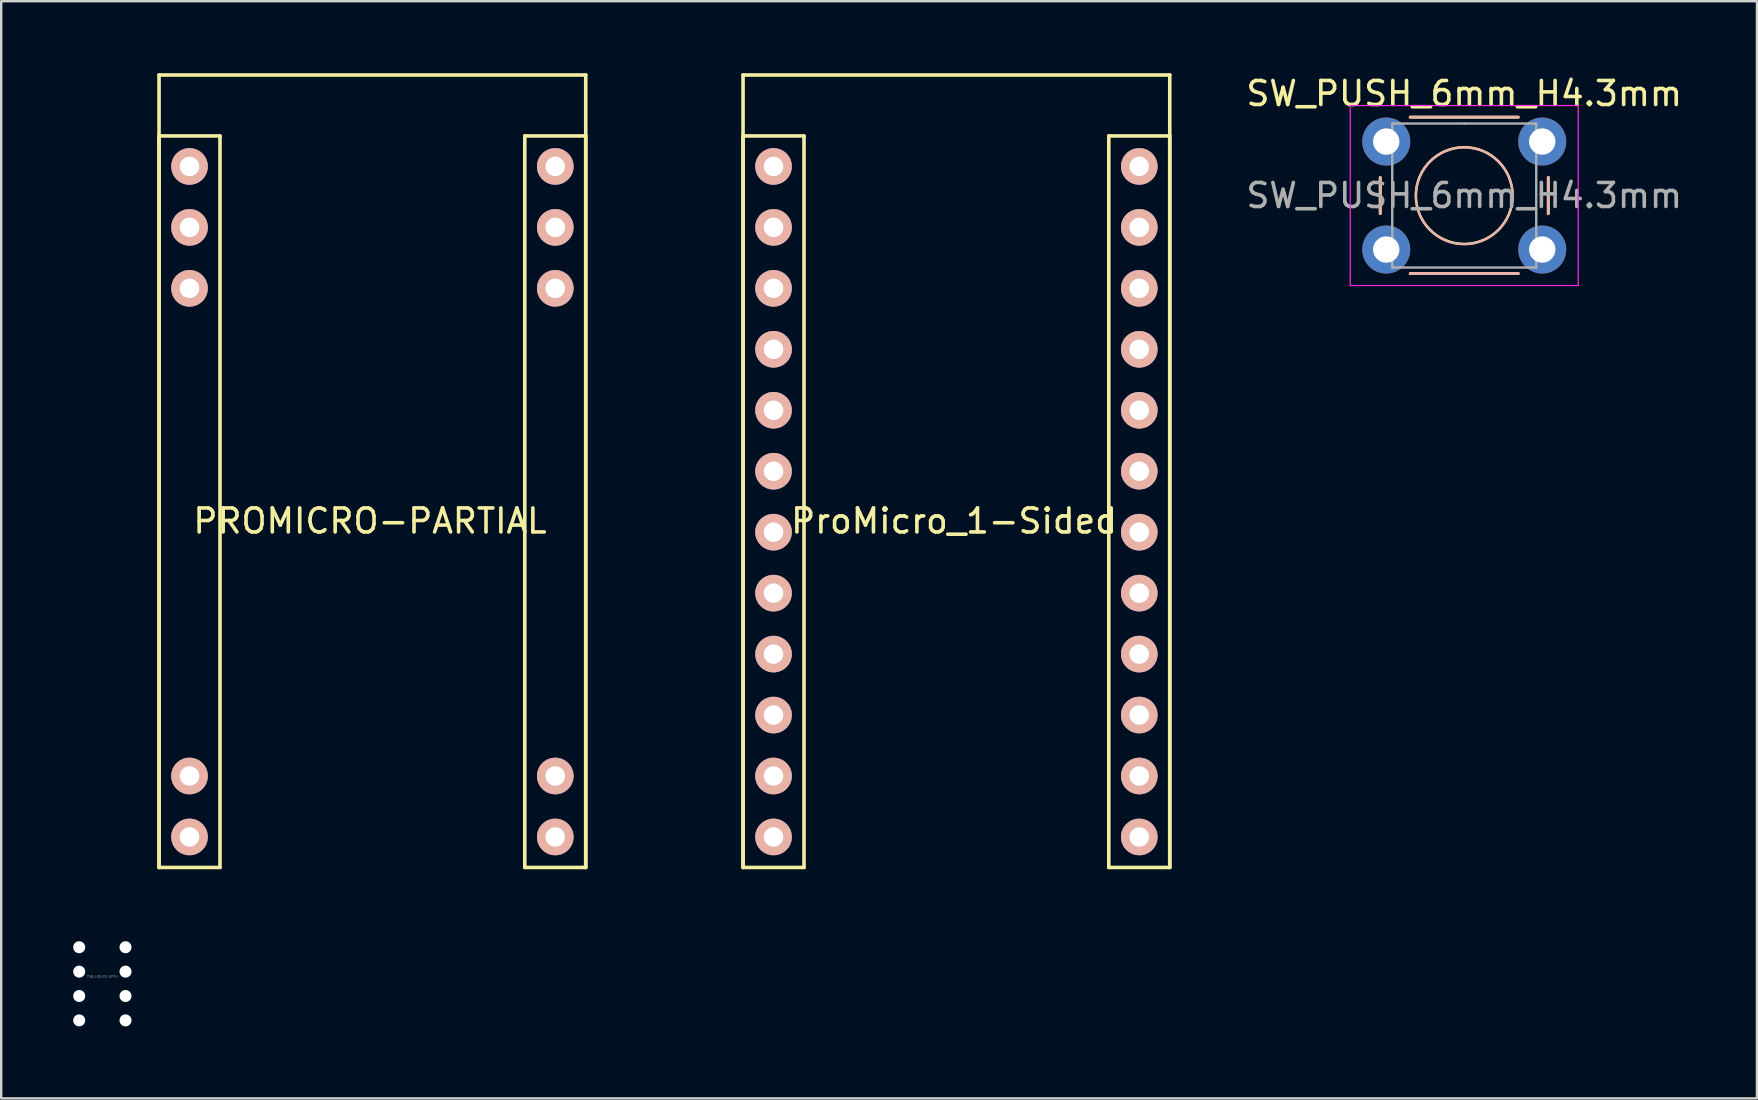
<source format=kicad_pcb>
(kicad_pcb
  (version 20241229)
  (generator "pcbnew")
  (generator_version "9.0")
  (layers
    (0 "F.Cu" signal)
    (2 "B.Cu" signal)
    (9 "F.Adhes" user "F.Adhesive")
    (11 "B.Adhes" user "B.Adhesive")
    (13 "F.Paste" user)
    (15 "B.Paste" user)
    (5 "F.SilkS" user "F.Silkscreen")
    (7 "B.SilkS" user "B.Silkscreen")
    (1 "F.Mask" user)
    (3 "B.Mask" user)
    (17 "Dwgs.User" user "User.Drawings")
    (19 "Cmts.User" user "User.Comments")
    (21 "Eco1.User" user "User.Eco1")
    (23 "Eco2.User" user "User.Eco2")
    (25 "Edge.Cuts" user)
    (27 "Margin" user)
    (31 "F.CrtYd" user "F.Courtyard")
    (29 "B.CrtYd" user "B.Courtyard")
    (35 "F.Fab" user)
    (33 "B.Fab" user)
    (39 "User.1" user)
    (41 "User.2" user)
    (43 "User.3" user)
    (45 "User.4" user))
  (footprint "TAB_HOLES_NPTH"
    (layer "F.Cu")
    (at 1.215 37.944)
    (property "Reference" "TAB_HOLES_NPTH" (at 0 -0.305 0) (layer "F.Fab") (effects (font (size 0.1 0.1) (thickness 0.01))))
    (attr through_hole)
    (pad "" np_thru_hole circle (at -0.965 -1.524) (size 0.5 0.5) (drill 0.5) (layers "*.Cu" "*.Mask"))
    (pad "" np_thru_hole circle (at -0.965 -0.508) (size 0.5 0.5) (drill 0.5) (layers "*.Cu" "*.Mask"))
    (pad "" np_thru_hole circle (at -0.965 0.508) (size 0.5 0.5) (drill 0.5) (layers "*.Cu" "*.Mask"))
    (pad "" np_thru_hole circle (at -0.965 1.524) (size 0.5 0.5) (drill 0.5) (layers "*.Cu" "*.Mask"))
    (pad "" np_thru_hole circle (at 0.965 -1.524) (size 0.5 0.5) (drill 0.5) (layers "*.Cu" "*.Mask"))
    (pad "" np_thru_hole circle (at 0.965 -0.508) (size 0.5 0.5) (drill 0.5) (layers "*.Cu" "*.Mask"))
    (pad "" np_thru_hole circle (at 0.965 0.508) (size 0.5 0.5) (drill 0.5) (layers "*.Cu" "*.Mask"))
    (pad "" np_thru_hole circle (at 0.965 1.524) (size 0.5 0.5) (drill 0.5) (layers "*.Cu" "*.Mask")))
  (footprint "ProMicro_1-Sided"
    (layer "F.Cu")
    (at 36.802 17.855)
    (property "Reference" "ProMicro_1-Sided" (at -0.099 0.804 0) (layer "F.SilkS") (effects (font (size 1 1) (thickness 0.15))))
    (attr through_hole)
    (fp_line (start -8.89 -17.78) (end -8.89 15.24) (stroke (width 0.15) (type solid)) (layer "F.SilkS"))
    (fp_line (start -8.89 -15.24) (end -8.89 15.24) (stroke (width 0.15) (type solid)) (layer "F.SilkS"))
    (fp_line (start -8.89 15.24) (end -6.35 15.24) (stroke (width 0.15) (type solid)) (layer "F.SilkS"))
    (fp_line (start -6.35 -15.24) (end -8.89 -15.24) (stroke (width 0.15) (type solid)) (layer "F.SilkS"))
    (fp_line (start -6.35 15.24) (end -6.35 -15.24) (stroke (width 0.15) (type solid)) (layer "F.SilkS"))
    (fp_line (start 6.35 -15.24) (end 6.35 15.24) (stroke (width 0.15) (type solid)) (layer "F.SilkS"))
    (fp_line (start 6.35 15.24) (end 8.89 15.24) (stroke (width 0.15) (type solid)) (layer "F.SilkS"))
    (fp_line (start 8.89 -17.78) (end -8.89 -17.78) (stroke (width 0.15) (type solid)) (layer "F.SilkS"))
    (fp_line (start 8.89 -15.24) (end 6.35 -15.24) (stroke (width 0.15) (type solid)) (layer "F.SilkS"))
    (fp_line (start 8.89 15.24) (end 8.89 -17.78) (stroke (width 0.15) (type solid)) (layer "F.SilkS"))
    (fp_line (start 8.89 15.24) (end 8.89 -15.24) (stroke (width 0.15) (type solid)) (layer "F.SilkS"))
    (pad "1" thru_hole circle (at 7.62 -13.97 180) (size 1.524 1.524) (drill 0.813) (layers "*.Cu" "*.Mask" "B.SilkS"))
    (pad "2" thru_hole circle (at 7.62 -11.43 180) (size 1.524 1.524) (drill 0.813) (layers "*.Cu" "*.Mask" "B.SilkS"))
    (pad "3" thru_hole circle (at 7.62 -8.89 180) (size 1.524 1.524) (drill 0.813) (layers "*.Cu" "*.Mask" "B.SilkS"))
    (pad "4" thru_hole circle (at 7.62 -6.35 180) (size 1.524 1.524) (drill 0.813) (layers "*.Cu" "*.Mask" "B.SilkS"))
    (pad "5" thru_hole circle (at 7.62 -3.81 180) (size 1.524 1.524) (drill 0.813) (layers "*.Cu" "*.Mask" "B.SilkS"))
    (pad "6" thru_hole circle (at 7.62 -1.27 180) (size 1.524 1.524) (drill 0.813) (layers "*.Cu" "*.Mask" "B.SilkS"))
    (pad "7" thru_hole circle (at 7.62 1.27 180) (size 1.524 1.524) (drill 0.813) (layers "*.Cu" "*.Mask" "B.SilkS"))
    (pad "8" thru_hole circle (at 7.62 3.81 180) (size 1.524 1.524) (drill 0.813) (layers "*.Cu" "*.Mask" "B.SilkS"))
    (pad "9" thru_hole circle (at 7.62 6.35 180) (size 1.524 1.524) (drill 0.813) (layers "*.Cu" "*.Mask" "B.SilkS"))
    (pad "10" thru_hole circle (at 7.62 8.89 180) (size 1.524 1.524) (drill 0.813) (layers "*.Cu" "*.Mask" "B.SilkS"))
    (pad "11" thru_hole circle (at 7.62 11.43 180) (size 1.524 1.524) (drill 0.813) (layers "*.Cu" "*.Mask" "B.SilkS"))
    (pad "12" thru_hole circle (at 7.62 13.97 180) (size 1.524 1.524) (drill 0.813) (layers "*.Cu" "*.Mask" "B.SilkS"))
    (pad "13" thru_hole circle (at -7.62 13.97 180) (size 1.524 1.524) (drill 0.813) (layers "*.Cu" "*.Mask" "B.SilkS"))
    (pad "14" thru_hole circle (at -7.62 11.43 180) (size 1.524 1.524) (drill 0.813) (layers "*.Cu" "*.Mask" "B.SilkS"))
    (pad "15.1" thru_hole circle (at -7.62 8.89 180) (size 1.524 1.524) (drill 0.813) (layers "*.Cu" "*.Mask" "B.SilkS"))
    (pad "16" thru_hole circle (at -7.62 6.35 180) (size 1.524 1.524) (drill 0.813) (layers "*.Cu" "*.Mask" "B.SilkS"))
    (pad "17" thru_hole circle (at -7.62 3.81 180) (size 1.524 1.524) (drill 0.813) (layers "*.Cu" "*.Mask" "B.SilkS"))
    (pad "18" thru_hole circle (at -7.62 1.27 180) (size 1.524 1.524) (drill 0.813) (layers "*.Cu" "*.Mask" "B.SilkS"))
    (pad "19" thru_hole circle (at -7.62 -1.27 180) (size 1.524 1.524) (drill 0.813) (layers "*.Cu" "*.Mask" "B.SilkS"))
    (pad "20" thru_hole circle (at -7.62 -3.81 180) (size 1.524 1.524) (drill 0.813) (layers "*.Cu" "*.Mask" "B.SilkS"))
    (pad "21" thru_hole circle (at -7.62 -6.35 180) (size 1.524 1.524) (drill 0.813) (layers "*.Cu" "*.Mask" "B.SilkS"))
    (pad "22" thru_hole circle (at -7.62 -8.89 180) (size 1.524 1.524) (drill 0.813) (layers "*.Cu" "*.Mask" "B.SilkS"))
    (pad "23" thru_hole circle (at -7.62 -11.43 180) (size 1.524 1.524) (drill 0.813) (layers "*.Cu" "*.Mask" "B.SilkS"))
    (pad "24" thru_hole circle (at -7.62 -13.97 180) (size 1.524 1.524) (drill 0.813) (layers "*.Cu" "*.Mask" "B.SilkS")))
  (footprint "PROMICRO-PARTIAL"
    (layer "F.Cu")
    (at 12.368 17.459)
    (property "Reference" "PROMICRO-PARTIAL" (at 0 1.2 0) (layer "F.SilkS") (effects (font (size 1 1) (thickness 0.15))))
    (attr through_hole)
    (fp_line (start -8.791 -17.384) (end -8.791 15.636) (stroke (width 0.15) (type solid)) (layer "F.SilkS"))
    (fp_line (start -8.791 -14.844) (end -8.791 15.636) (stroke (width 0.15) (type solid)) (layer "F.SilkS"))
    (fp_line (start -8.791 15.636) (end -6.251 15.636) (stroke (width 0.15) (type solid)) (layer "F.SilkS"))
    (fp_line (start -6.251 -14.844) (end -8.791 -14.844) (stroke (width 0.15) (type solid)) (layer "F.SilkS"))
    (fp_line (start -6.251 15.636) (end -6.251 -14.844) (stroke (width 0.15) (type solid)) (layer "F.SilkS"))
    (fp_line (start 6.449 -14.844) (end 6.449 15.636) (stroke (width 0.15) (type solid)) (layer "F.SilkS"))
    (fp_line (start 6.449 15.636) (end 8.989 15.636) (stroke (width 0.15) (type solid)) (layer "F.SilkS"))
    (fp_line (start 8.989 -17.384) (end -8.791 -17.384) (stroke (width 0.15) (type solid)) (layer "F.SilkS"))
    (fp_line (start 8.989 -14.844) (end 6.449 -14.844) (stroke (width 0.15) (type solid)) (layer "F.SilkS"))
    (fp_line (start 8.989 15.636) (end 8.989 -17.384) (stroke (width 0.15) (type solid)) (layer "F.SilkS"))
    (fp_line (start 8.989 15.636) (end 8.989 -14.844) (stroke (width 0.15) (type solid)) (layer "F.SilkS"))
    (fp_text user "D16" (at 10.516 11.836 0) (layer "Eco1.User") (effects (font (size 1 1) (thickness 0.15))))
    (fp_text user "RST" (at 10.617 -8.28 0) (layer "Eco1.User") (effects (font (size 1 1) (thickness 0.15))))
    (fp_text user "GND" (at 10.82 -10.973 0) (layer "Eco1.User") (effects (font (size 1 1) (thickness 0.15))))
    (fp_text user "TX0" (at -10.516 -13.614 0) (layer "Eco1.User") (effects (font (size 1 1) (thickness 0.15))))
    (fp_text user "D10" (at 10.516 14.376 0) (layer "Eco1.User") (effects (font (size 1 1) (thickness 0.15))))
    (fp_text user "GND" (at -10.719 -8.585 0) (layer "Eco1.User") (effects (font (size 1 1) (thickness 0.15))))
    (fp_text user "D8" (at -10.109 11.887 0) (layer "Eco1.User") (effects (font (size 1 1) (thickness 0.15))))
    (fp_text user "RAW" (at 10.82 -13.564 0) (layer "Eco1.User") (effects (font (size 1 1) (thickness 0.15))))
    (fp_text user "TX1" (at -10.465 -11.074 0) (layer "Eco1.User") (effects (font (size 1 1) (thickness 0.15))))
    (fp_text user "D9" (at -10.211 14.427 0) (layer "Eco1.User") (effects (font (size 1 1) (thickness 0.15))))
    (pad "1" thru_hole circle (at -7.521 -13.574 180) (size 1.524 1.524) (drill 0.813) (layers "*.Cu" "*.Mask" "B.SilkS"))
    (pad "2" thru_hole circle (at -7.521 -11.034 180) (size 1.524 1.524) (drill 0.813) (layers "*.Cu" "*.Mask" "B.SilkS"))
    (pad "3" thru_hole circle (at -7.521 -8.494 180) (size 1.524 1.524) (drill 0.813) (layers "*.Cu" "*.Mask" "B.SilkS"))
    (pad "4" thru_hole circle (at -7.521 11.826 180) (size 1.524 1.524) (drill 0.813) (layers "*.Cu" "*.Mask" "B.SilkS"))
    (pad "5" thru_hole circle (at -7.521 14.366 180) (size 1.524 1.524) (drill 0.813) (layers "*.Cu" "*.Mask" "B.SilkS"))
    (pad "6" thru_hole circle (at 7.719 -13.574 180) (size 1.524 1.524) (drill 0.813) (layers "*.Cu" "*.Mask" "B.SilkS"))
    (pad "7" thru_hole circle (at 7.719 -11.034 180) (size 1.524 1.524) (drill 0.813) (layers "*.Cu" "*.Mask" "B.SilkS"))
    (pad "8" thru_hole circle (at 7.719 -8.494 180) (size 1.524 1.524) (drill 0.813) (layers "*.Cu" "*.Mask" "B.SilkS"))
    (pad "9" thru_hole circle (at 7.719 11.826 180) (size 1.524 1.524) (drill 0.813) (layers "*.Cu" "*.Mask" "B.SilkS"))
    (pad "10" thru_hole circle (at 7.719 14.366 180) (size 1.524 1.524) (drill 0.813) (layers "*.Cu" "*.Mask" "B.SilkS")))
  (footprint "SW_PUSH_6mm_H4.3mm"
    (layer "F.Cu")
    (at 54.713 2.848)
    (property "Reference" "SW_PUSH_6mm_H4.3mm" (at 3.25 -2 0) (layer "F.SilkS") (effects (font (size 1 1) (thickness 0.15))))
    (attr through_hole)
    (fp_line (start -0.25 1.5) (end -0.25 3) (stroke (width 0.12) (type solid)) (layer "F.SilkS"))
    (fp_line (start 1 5.5) (end 5.5 5.5) (stroke (width 0.12) (type solid)) (layer "F.SilkS"))
    (fp_line (start 5.5 -1.016) (end 1 -1.016) (stroke (width 0.12) (type solid)) (layer "F.SilkS"))
    (fp_line (start 6.75 3) (end 6.75 1.5) (stroke (width 0.12) (type solid)) (layer "F.SilkS"))
    (fp_circle (center 3.25 2.25) (end 5.266 2.25) (stroke (width 0.1) (type solid)) (fill no) (layer "F.SilkS"))
    (fp_line (start -0.25 1.5) (end -0.25 3) (stroke (width 0.12) (type solid)) (layer "B.SilkS"))
    (fp_line (start 1 5.5) (end 5.5 5.5) (stroke (width 0.12) (type solid)) (layer "B.SilkS"))
    (fp_line (start 5.5 -1.016) (end 1 -1.016) (stroke (width 0.12) (type solid)) (layer "B.SilkS"))
    (fp_line (start 6.756 2.999) (end 6.756 1.499) (stroke (width 0.12) (type solid)) (layer "B.SilkS"))
    (fp_circle (center 3.25 2.261) (end 5.266 2.261) (stroke (width 0.1) (type solid)) (fill no) (layer "B.SilkS"))
    (fp_line (start -1.5 -1.5) (end -1.25 -1.5) (stroke (width 0.05) (type solid)) (layer "F.CrtYd"))
    (fp_line (start -1.5 -1.25) (end -1.5 -1.5) (stroke (width 0.05) (type solid)) (layer "F.CrtYd"))
    (fp_line (start -1.5 5.75) (end -1.5 -1.25) (stroke (width 0.05) (type solid)) (layer "F.CrtYd"))
    (fp_line (start -1.5 5.75) (end -1.5 6) (stroke (width 0.05) (type solid)) (layer "F.CrtYd"))
    (fp_line (start -1.5 6) (end -1.25 6) (stroke (width 0.05) (type solid)) (layer "F.CrtYd"))
    (fp_line (start -1.25 -1.5) (end 7.75 -1.5) (stroke (width 0.05) (type solid)) (layer "F.CrtYd"))
    (fp_line (start 7.75 -1.5) (end 8 -1.5) (stroke (width 0.05) (type solid)) (layer "F.CrtYd"))
    (fp_line (start 7.75 6) (end -1.25 6) (stroke (width 0.05) (type solid)) (layer "F.CrtYd"))
    (fp_line (start 7.75 6) (end 8 6) (stroke (width 0.05) (type solid)) (layer "F.CrtYd"))
    (fp_line (start 8 -1.5) (end 8 -1.25) (stroke (width 0.05) (type solid)) (layer "F.CrtYd"))
    (fp_line (start 8 -1.25) (end 8 5.75) (stroke (width 0.05) (type solid)) (layer "F.CrtYd"))
    (fp_line (start 8 6) (end 8 5.75) (stroke (width 0.05) (type solid)) (layer "F.CrtYd"))
    (fp_line (start 0.25 -0.75) (end 3.25 -0.75) (stroke (width 0.1) (type solid)) (layer "F.Fab"))
    (fp_line (start 0.25 5.25) (end 0.25 -0.75) (stroke (width 0.1) (type solid)) (layer "F.Fab"))
    (fp_line (start 3.25 -0.75) (end 6.25 -0.75) (stroke (width 0.1) (type solid)) (layer "F.Fab"))
    (fp_line (start 6.25 -0.75) (end 6.25 5.25) (stroke (width 0.1) (type solid)) (layer "F.Fab"))
    (fp_line (start 6.25 5.25) (end 0.25 5.25) (stroke (width 0.1) (type solid)) (layer "F.Fab"))
    (fp_text user "${REFERENCE}" (at 3.25 2.25 0) (layer "F.Fab") (effects (font (size 1 1) (thickness 0.15))))
    (pad "1" thru_hole circle (at 0 0 90) (size 2 2) (drill 1.1) (layers "*.Cu" "*.Mask"))
    (pad "1" thru_hole circle (at 6.5 0 90) (size 2 2) (drill 1.1) (layers "*.Cu" "*.Mask"))
    (pad "2" thru_hole circle (at 0 4.5 90) (size 2 2) (drill 1.1) (layers "*.Cu" "*.Mask"))
    (pad "2" thru_hole circle (at 6.5 4.5 90) (size 2 2) (drill 1.1) (layers "*.Cu" "*.Mask")))
  (gr_rect
    (start -3 -3)
    (end 70.16 42.718)
    (stroke (width 0.1) (type default))
    (fill no)
    (layer "Edge.Cuts")))
</source>
